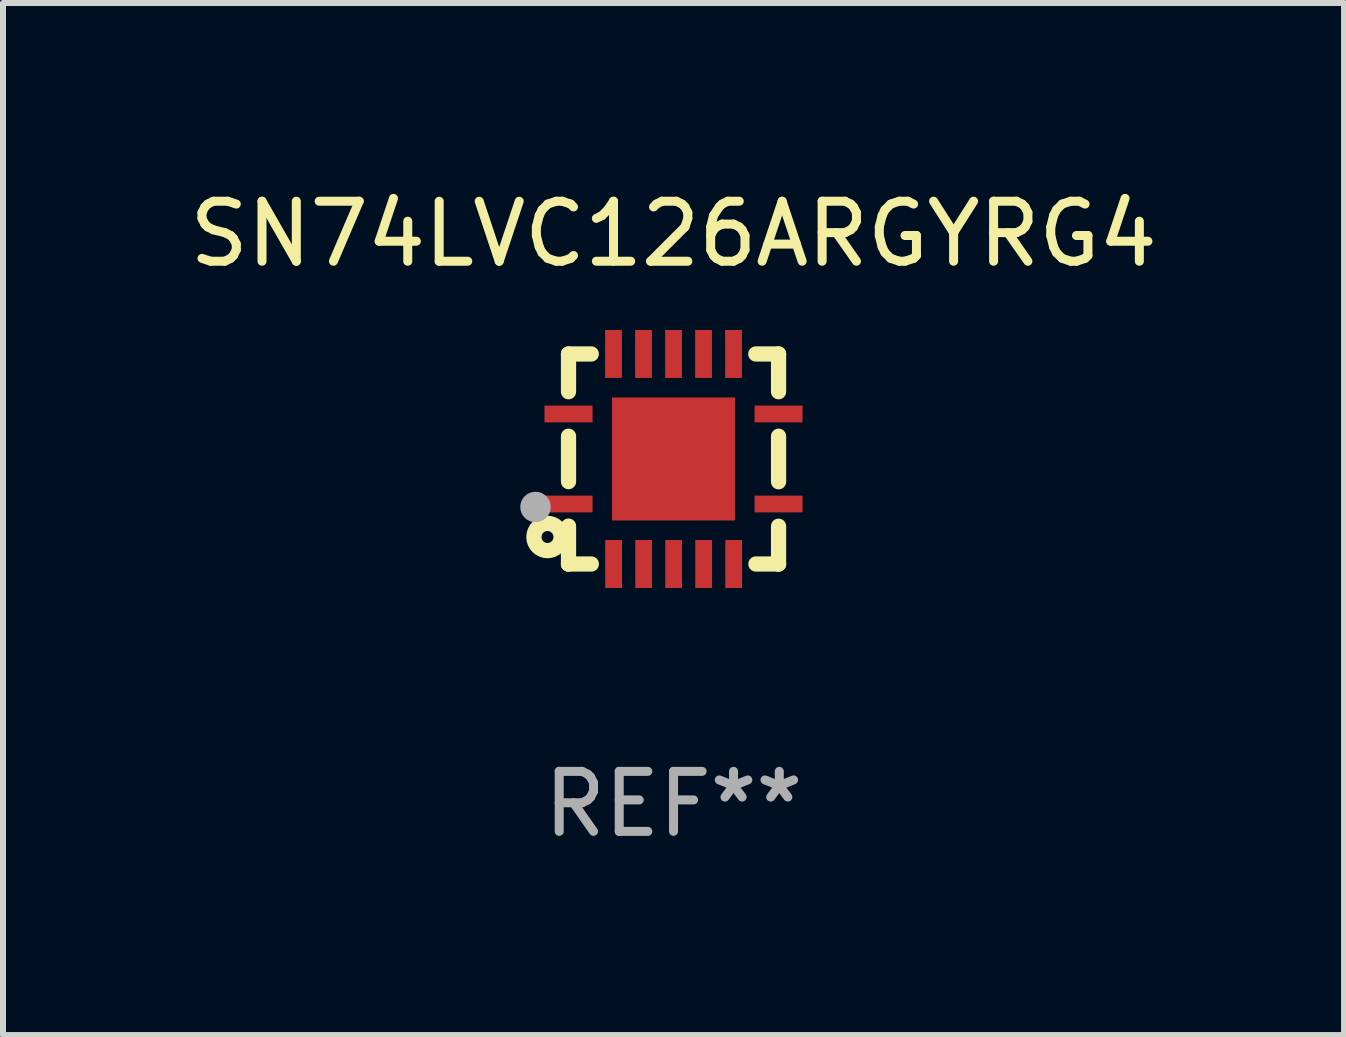
<source format=kicad_pcb>
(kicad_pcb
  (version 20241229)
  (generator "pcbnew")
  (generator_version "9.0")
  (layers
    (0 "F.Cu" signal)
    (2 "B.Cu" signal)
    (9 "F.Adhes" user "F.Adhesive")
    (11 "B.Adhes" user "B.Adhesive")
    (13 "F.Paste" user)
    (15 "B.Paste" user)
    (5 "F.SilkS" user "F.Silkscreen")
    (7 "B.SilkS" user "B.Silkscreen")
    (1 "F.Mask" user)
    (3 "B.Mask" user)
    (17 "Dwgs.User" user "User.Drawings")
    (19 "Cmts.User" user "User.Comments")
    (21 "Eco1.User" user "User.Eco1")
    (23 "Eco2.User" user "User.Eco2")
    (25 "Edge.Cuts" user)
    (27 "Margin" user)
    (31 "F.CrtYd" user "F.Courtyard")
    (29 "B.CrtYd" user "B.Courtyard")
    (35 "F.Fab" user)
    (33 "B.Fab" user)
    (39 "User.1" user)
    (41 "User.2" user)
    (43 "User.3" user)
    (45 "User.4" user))
  (footprint "SN74LVC126ARGYRG4"
    (layer "F.Cu")
    (at 8.173 4.598)
    (property "Reference" "SN74LVC126ARGYRG4" (at 0 -3.75 0) (layer "F.SilkS") (effects (font (size 1 1) (thickness 0.15))))
    (attr through_hole)
    (fp_line (start -1.75 1.75) (end -1.37 1.75) (stroke (width 0.254) (type solid)) (layer "F.SilkS"))
    (fp_line (start -1.75 -1.75) (end -1.75 -1.121) (stroke (width 0.254) (type solid)) (layer "F.SilkS"))
    (fp_line (start -1.75 -0.379) (end -1.75 0.377) (stroke (width 0.254) (type solid)) (layer "F.SilkS"))
    (fp_line (start -1.75 1.119) (end -1.75 1.75) (stroke (width 0.254) (type solid)) (layer "F.SilkS"))
    (fp_line (start -1.75 1.75) (end -1.75 1.75) (stroke (width 0.254) (type solid)) (layer "F.SilkS"))
    (fp_line (start -1.371 -1.75) (end -1.75 -1.75) (stroke (width 0.254) (type solid)) (layer "F.SilkS"))
    (fp_line (start 1.373 1.75) (end 1.75 1.75) (stroke (width 0.254) (type solid)) (layer "F.SilkS"))
    (fp_line (start 1.75 1.75) (end 1.75 1.75) (stroke (width 0.254) (type solid)) (layer "F.SilkS"))
    (fp_line (start 1.75 -1.75) (end 1.371 -1.75) (stroke (width 0.254) (type solid)) (layer "F.SilkS"))
    (fp_line (start 1.75 -1.121) (end 1.75 -1.75) (stroke (width 0.254) (type solid)) (layer "F.SilkS"))
    (fp_line (start 1.75 0.379) (end 1.75 -0.379) (stroke (width 0.254) (type solid)) (layer "F.SilkS"))
    (fp_line (start 1.75 1.75) (end 1.75 1.121) (stroke (width 0.254) (type solid)) (layer "F.SilkS"))
    (fp_circle (center -2.1 1.3) (end -2 1.3) (stroke (width 0.254) (type solid)) (fill no) (layer "F.SilkS"))
    (fp_circle (center -1.747 1.751) (end -1.717 1.751) (stroke (width 0.06) (type solid)) (fill no) (layer "F.SilkS"))
    (fp_circle (center -2.3 0.8) (end -2.173 0.8) (stroke (width 0.254) (type solid)) (fill no) (layer "F.Fab"))
    (fp_text user "REF**" (at 0 5.75 0) (layer "F.Fab") (effects (font (size 1 1) (thickness 0.15))))
    (pad "1" smd rect (at -1.75 0.75 270) (size 0.28 0.8) (layers "F.Cu" "F.Mask" "F.Paste"))
    (pad "2" smd rect (at -0.998 1.75 180) (size 0.28 0.8) (layers "F.Cu" "F.Mask" "F.Paste"))
    (pad "3" smd rect (at -0.498 1.75 180) (size 0.28 0.8) (layers "F.Cu" "F.Mask" "F.Paste"))
    (pad "4" smd rect (at 0.002 1.75 180) (size 0.28 0.8) (layers "F.Cu" "F.Mask" "F.Paste"))
    (pad "5" smd rect (at 0.502 1.75 180) (size 0.28 0.8) (layers "F.Cu" "F.Mask" "F.Paste"))
    (pad "6" smd rect (at 1.002 1.75 180) (size 0.28 0.8) (layers "F.Cu" "F.Mask" "F.Paste"))
    (pad "7" smd rect (at 1.75 0.75 270) (size 0.28 0.8) (layers "F.Cu" "F.Mask" "F.Paste"))
    (pad "8" smd rect (at 1.75 -0.75 270) (size 0.28 0.8) (layers "F.Cu" "F.Mask" "F.Paste"))
    (pad "9" smd rect (at 1 -1.75) (size 0.28 0.8) (layers "F.Cu" "F.Mask" "F.Paste"))
    (pad "10" smd rect (at 0.5 -1.75) (size 0.28 0.8) (layers "F.Cu" "F.Mask" "F.Paste"))
    (pad "11" smd rect (at 0 -1.75) (size 0.28 0.8) (layers "F.Cu" "F.Mask" "F.Paste"))
    (pad "12" smd rect (at -0.5 -1.75) (size 0.28 0.8) (layers "F.Cu" "F.Mask" "F.Paste"))
    (pad "13" smd rect (at -1 -1.75) (size 0.28 0.8) (layers "F.Cu" "F.Mask" "F.Paste"))
    (pad "14" smd rect (at -1.75 -0.75 90) (size 0.28 0.8) (layers "F.Cu" "F.Mask" "F.Paste"))
    (pad "15" smd rect (at 0 0 180) (size 2.05 2.05) (layers "F.Cu" "F.Mask" "F.Paste")))
  (gr_rect
    (start -3 -3)
    (end 19.345 14.197)
    (stroke (width 0.1) (type default))
    (fill no)
    (layer "Edge.Cuts")))
</source>
